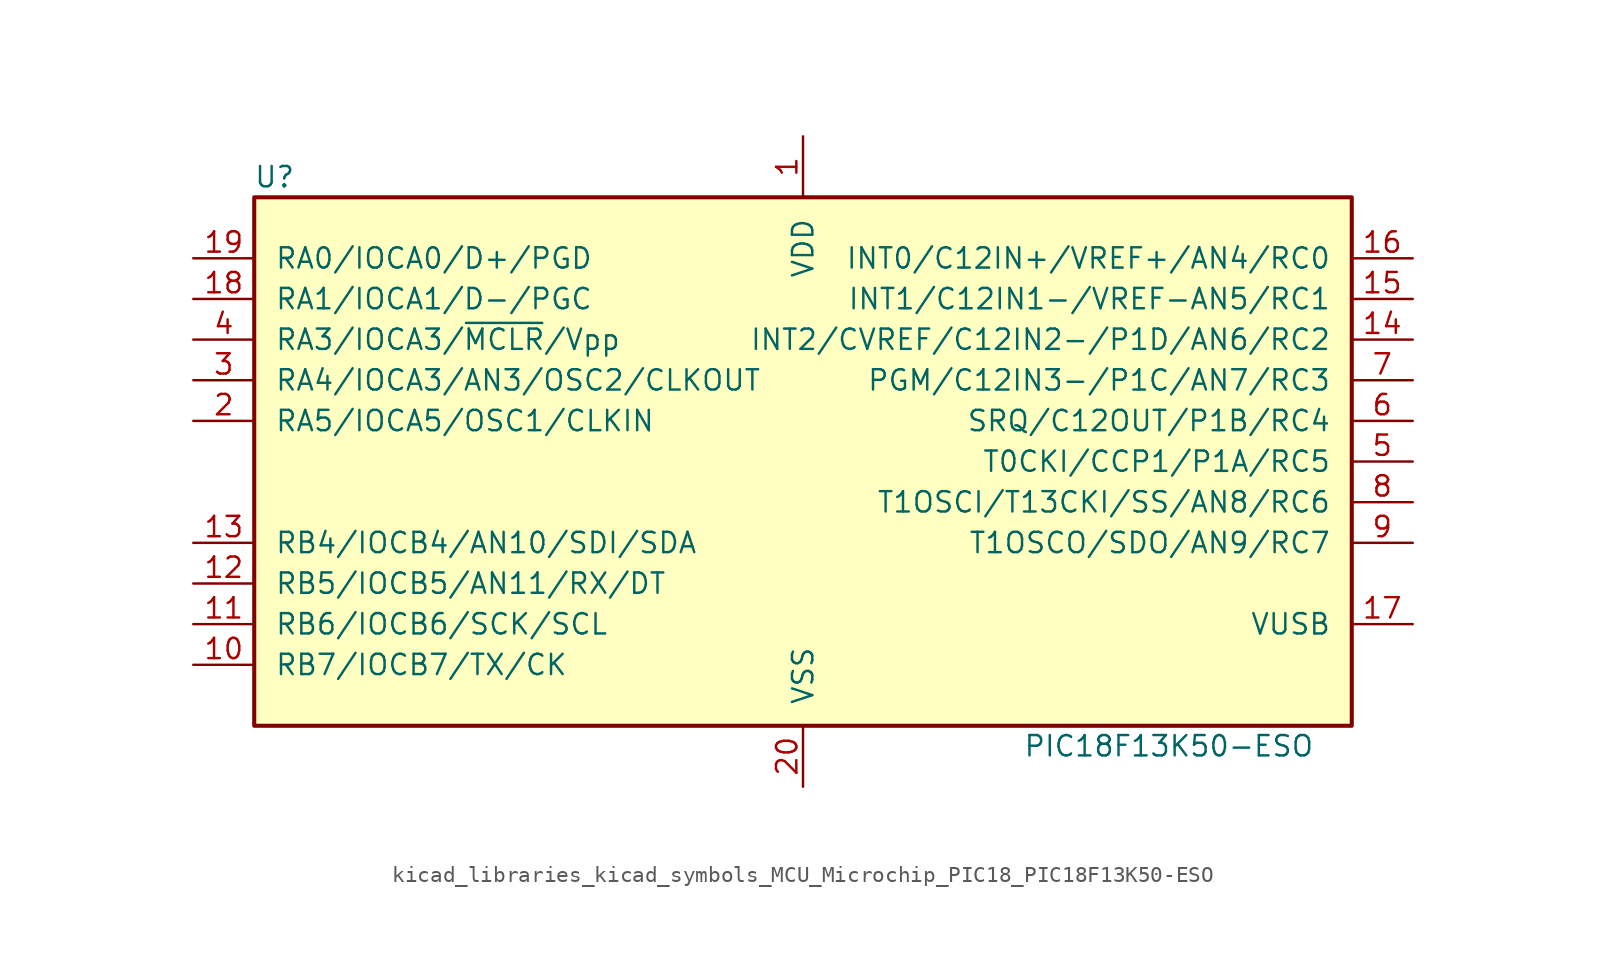
<source format=kicad_sym>
(kicad_symbol_lib
  (version 20220914)
  (generator kicad_symbol_editor)
  (symbol "kicad_libraries_kicad_symbols_MCU_Microchip_PIC18_PIC18F13K50-ESO"
    (pin_names
      (offset 1.27))
    (property "Reference" "U"
      (at -33.02 17.78 0)
      (effects (font (size 1.27 1.27))))
    (property "Value" "PIC18F13K50-ESO"
      (at 22.86 -17.78 0)
      (effects (font (size 1.27 1.27))))
    (symbol "kicad_libraries_kicad_symbols_MCU_Microchip_PIC18_PIC18F13K50-ESO_0_1"
      (rectangle (start -34.29 16.51) (end 34.29 -16.51) (stroke (width 0.254) (type default)) (fill (type background))))
    (symbol "kicad_libraries_kicad_symbols_MCU_Microchip_PIC18_PIC18F13K50-ESO_1_1"
      (pin power_in line (at 0 20.32 270) (length 3.81) (name "VDD" (effects (font (size 1.27 1.27)))) (number "1" (effects (font (size 1.27 1.27)))))
      (pin bidirectional line (at -38.1 -12.7 0) (length 3.81) (name "RB7/IOCB7/TX/CK" (effects (font (size 1.27 1.27)))) (number "10" (effects (font (size 1.27 1.27)))))
      (pin bidirectional line (at -38.1 -10.16 0) (length 3.81) (name "RB6/IOCB6/SCK/SCL" (effects (font (size 1.27 1.27)))) (number "11" (effects (font (size 1.27 1.27)))))
      (pin bidirectional line (at -38.1 -7.62 0) (length 3.81) (name "RB5/IOCB5/AN11/RX/DT" (effects (font (size 1.27 1.27)))) (number "12" (effects (font (size 1.27 1.27)))))
      (pin bidirectional line (at -38.1 -5.08 0) (length 3.81) (name "RB4/IOCB4/AN10/SDI/SDA" (effects (font (size 1.27 1.27)))) (number "13" (effects (font (size 1.27 1.27)))))
      (pin bidirectional line (at 38.1 7.62 180) (length 3.81) (name "INT2/CVREF/C12IN2-/P1D/AN6/RC2" (effects (font (size 1.27 1.27)))) (number "14" (effects (font (size 1.27 1.27)))))
      (pin bidirectional line (at 38.1 10.16 180) (length 3.81) (name "INT1/C12IN1-/VREF-AN5/RC1" (effects (font (size 1.27 1.27)))) (number "15" (effects (font (size 1.27 1.27)))))
      (pin bidirectional line (at 38.1 12.7 180) (length 3.81) (name "INT0/C12IN+/VREF+/AN4/RC0" (effects (font (size 1.27 1.27)))) (number "16" (effects (font (size 1.27 1.27)))))
      (pin passive line (at 38.1 -10.16 180) (length 3.81) (name "VUSB" (effects (font (size 1.27 1.27)))) (number "17" (effects (font (size 1.27 1.27)))))
      (pin bidirectional line (at -38.1 10.16 0) (length 3.81) (name "RA1/IOCA1/D-/PGC" (effects (font (size 1.27 1.27)))) (number "18" (effects (font (size 1.27 1.27)))))
      (pin bidirectional line (at -38.1 12.7 0) (length 3.81) (name "RA0/IOCA0/D+/PGD" (effects (font (size 1.27 1.27)))) (number "19" (effects (font (size 1.27 1.27)))))
      (pin bidirectional line (at -38.1 2.54 0) (length 3.81) (name "RA5/IOCA5/OSC1/CLKIN" (effects (font (size 1.27 1.27)))) (number "2" (effects (font (size 1.27 1.27)))))
      (pin power_in line (at 0 -20.32 90) (length 3.81) (name "VSS" (effects (font (size 1.27 1.27)))) (number "20" (effects (font (size 1.27 1.27)))))
      (pin bidirectional line (at -38.1 5.08 0) (length 3.81) (name "RA4/IOCA3/AN3/OSC2/CLKOUT" (effects (font (size 1.27 1.27)))) (number "3" (effects (font (size 1.27 1.27)))))
      (pin input line (at -38.1 7.62 0) (length 3.81) (name "RA3/IOCA3/~{MCLR}/Vpp" (effects (font (size 1.27 1.27)))) (number "4" (effects (font (size 1.27 1.27)))))
      (pin bidirectional line (at 38.1 0 180) (length 3.81) (name "T0CKI/CCP1/P1A/RC5" (effects (font (size 1.27 1.27)))) (number "5" (effects (font (size 1.27 1.27)))))
      (pin bidirectional line (at 38.1 2.54 180) (length 3.81) (name "SRQ/C12OUT/P1B/RC4" (effects (font (size 1.27 1.27)))) (number "6" (effects (font (size 1.27 1.27)))))
      (pin bidirectional line (at 38.1 5.08 180) (length 3.81) (name "PGM/C12IN3-/P1C/AN7/RC3" (effects (font (size 1.27 1.27)))) (number "7" (effects (font (size 1.27 1.27)))))
      (pin bidirectional line (at 38.1 -2.54 180) (length 3.81) (name "T1OSCI/T13CKI/SS/AN8/RC6" (effects (font (size 1.27 1.27)))) (number "8" (effects (font (size 1.27 1.27)))))
      (pin bidirectional line (at 38.1 -5.08 180) (length 3.81) (name "T1OSCO/SDO/AN9/RC7" (effects (font (size 1.27 1.27)))) (number "9" (effects (font (size 1.27 1.27))))))))
</source>
